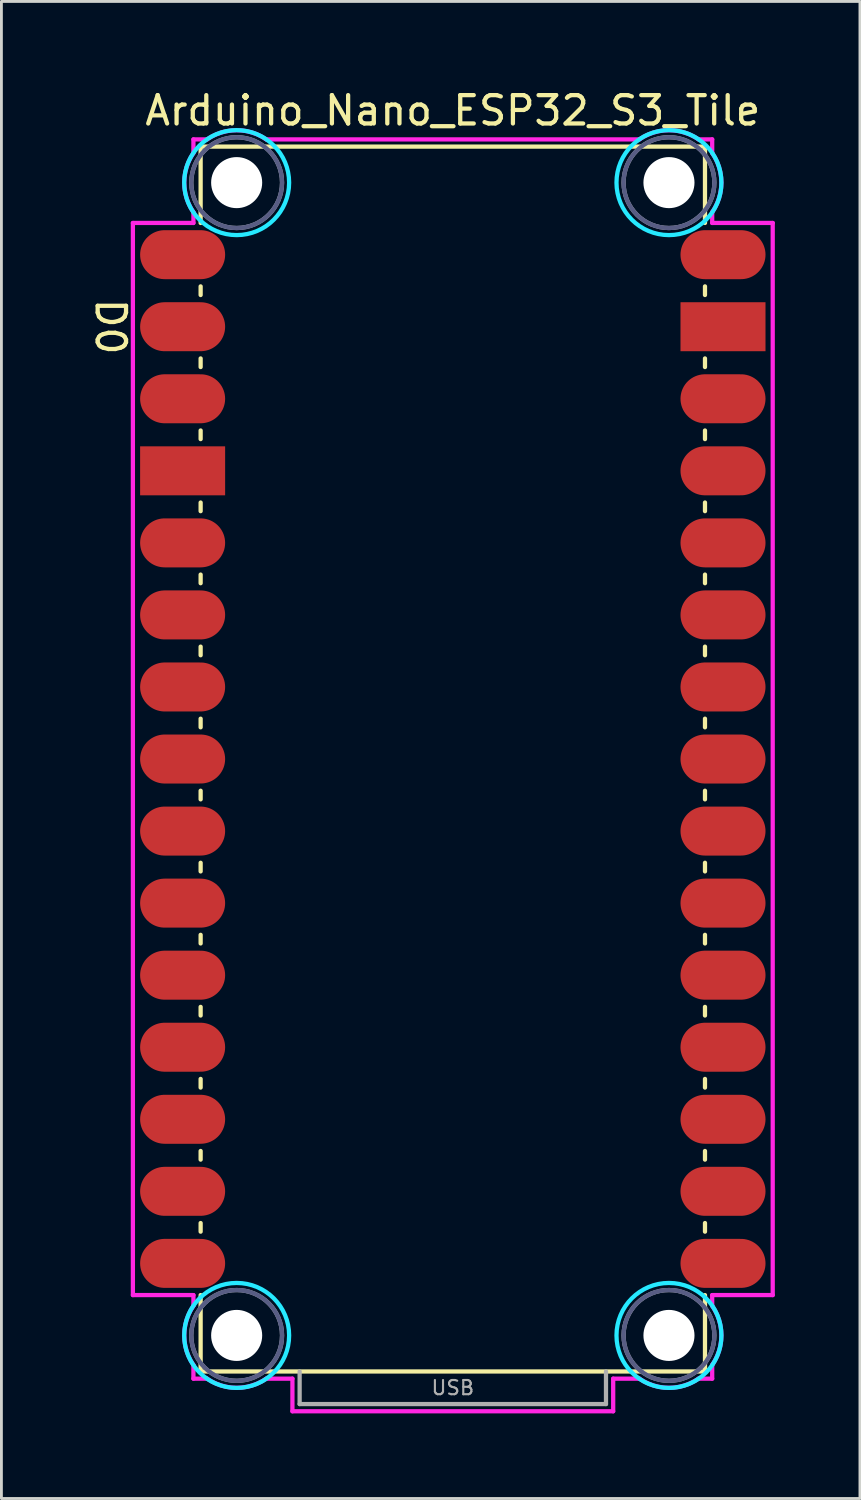
<source format=kicad_pcb>
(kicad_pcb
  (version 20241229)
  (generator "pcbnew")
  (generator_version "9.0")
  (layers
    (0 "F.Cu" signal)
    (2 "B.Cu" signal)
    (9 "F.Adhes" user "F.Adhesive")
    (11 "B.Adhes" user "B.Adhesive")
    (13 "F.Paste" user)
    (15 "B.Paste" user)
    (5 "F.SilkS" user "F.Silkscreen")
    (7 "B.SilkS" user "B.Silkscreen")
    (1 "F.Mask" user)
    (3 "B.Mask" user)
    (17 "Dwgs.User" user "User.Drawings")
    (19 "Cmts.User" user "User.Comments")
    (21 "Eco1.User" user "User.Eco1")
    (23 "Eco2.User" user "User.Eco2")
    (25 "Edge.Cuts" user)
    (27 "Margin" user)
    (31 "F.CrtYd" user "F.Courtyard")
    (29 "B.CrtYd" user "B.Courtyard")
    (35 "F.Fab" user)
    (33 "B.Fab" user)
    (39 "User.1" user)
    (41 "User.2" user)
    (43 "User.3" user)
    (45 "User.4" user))
  (footprint "Arduino_Nano_ESP32_S3_Tile"
    (layer "F.Cu")
    (at 12.913 45.298)
    (property "Reference" "Arduino_Nano_ESP32_S3_Tile" (at 0 -44.45 0) (layer "F.SilkS") (effects (font (size 1 1) (thickness 0.15))))
    (attr smd)
    (fp_line (start -8.89 -43.18) (end -8.89 -40.488) (stroke (width 0.15) (type solid)) (layer "F.SilkS"))
    (fp_line (start -8.89 -43.18) (end 8.89 -43.18) (stroke (width 0.15) (type solid)) (layer "F.SilkS"))
    (fp_line (start -8.89 -38.252) (end -8.89 -37.948) (stroke (width 0.15) (type solid)) (layer "F.SilkS"))
    (fp_line (start -8.89 -35.712) (end -8.89 -35.408) (stroke (width 0.15) (type solid)) (layer "F.SilkS"))
    (fp_line (start -8.89 -33.172) (end -8.89 -32.868) (stroke (width 0.15) (type solid)) (layer "F.SilkS"))
    (fp_line (start -8.89 -30.632) (end -8.89 -30.328) (stroke (width 0.15) (type solid)) (layer "F.SilkS"))
    (fp_line (start -8.89 -28.092) (end -8.89 -27.788) (stroke (width 0.15) (type solid)) (layer "F.SilkS"))
    (fp_line (start -8.89 -25.552) (end -8.89 -25.248) (stroke (width 0.15) (type solid)) (layer "F.SilkS"))
    (fp_line (start -8.89 -23.012) (end -8.89 -22.708) (stroke (width 0.15) (type solid)) (layer "F.SilkS"))
    (fp_line (start -8.89 -20.472) (end -8.89 -20.168) (stroke (width 0.15) (type solid)) (layer "F.SilkS"))
    (fp_line (start -8.89 -17.932) (end -8.89 -17.628) (stroke (width 0.15) (type solid)) (layer "F.SilkS"))
    (fp_line (start -8.89 -15.392) (end -8.89 -15.088) (stroke (width 0.15) (type solid)) (layer "F.SilkS"))
    (fp_line (start -8.89 -12.852) (end -8.89 -12.548) (stroke (width 0.15) (type solid)) (layer "F.SilkS"))
    (fp_line (start -8.89 -10.312) (end -8.89 -10.008) (stroke (width 0.15) (type solid)) (layer "F.SilkS"))
    (fp_line (start -8.89 -7.772) (end -8.89 -7.468) (stroke (width 0.15) (type solid)) (layer "F.SilkS"))
    (fp_line (start -8.89 -5.232) (end -8.89 -4.928) (stroke (width 0.15) (type solid)) (layer "F.SilkS"))
    (fp_line (start -8.89 -2.692) (end -8.89 0) (stroke (width 0.15) (type solid)) (layer "F.SilkS"))
    (fp_line (start -8.89 0) (end 8.89 0) (stroke (width 0.15) (type solid)) (layer "F.SilkS"))
    (fp_line (start 8.89 -43.18) (end 8.89 -40.488) (stroke (width 0.15) (type solid)) (layer "F.SilkS"))
    (fp_line (start 8.89 -38.252) (end 8.89 -37.948) (stroke (width 0.15) (type solid)) (layer "F.SilkS"))
    (fp_line (start 8.89 -35.712) (end 8.89 -35.408) (stroke (width 0.15) (type solid)) (layer "F.SilkS"))
    (fp_line (start 8.89 -33.172) (end 8.89 -32.868) (stroke (width 0.15) (type solid)) (layer "F.SilkS"))
    (fp_line (start 8.89 -30.632) (end 8.89 -30.328) (stroke (width 0.15) (type solid)) (layer "F.SilkS"))
    (fp_line (start 8.89 -28.092) (end 8.89 -27.788) (stroke (width 0.15) (type solid)) (layer "F.SilkS"))
    (fp_line (start 8.89 -25.552) (end 8.89 -25.248) (stroke (width 0.15) (type solid)) (layer "F.SilkS"))
    (fp_line (start 8.89 -23.012) (end 8.89 -22.708) (stroke (width 0.15) (type solid)) (layer "F.SilkS"))
    (fp_line (start 8.89 -20.472) (end 8.89 -20.168) (stroke (width 0.15) (type solid)) (layer "F.SilkS"))
    (fp_line (start 8.89 -17.932) (end 8.89 -17.628) (stroke (width 0.15) (type solid)) (layer "F.SilkS"))
    (fp_line (start 8.89 -15.392) (end 8.89 -15.088) (stroke (width 0.15) (type solid)) (layer "F.SilkS"))
    (fp_line (start 8.89 -12.852) (end 8.89 -12.548) (stroke (width 0.15) (type solid)) (layer "F.SilkS"))
    (fp_line (start 8.89 -10.312) (end 8.89 -10.008) (stroke (width 0.15) (type solid)) (layer "F.SilkS"))
    (fp_line (start 8.89 -7.772) (end 8.89 -7.468) (stroke (width 0.15) (type solid)) (layer "F.SilkS"))
    (fp_line (start 8.89 -5.232) (end 8.89 -4.928) (stroke (width 0.15) (type solid)) (layer "F.SilkS"))
    (fp_line (start 8.89 -2.692) (end 8.89 0) (stroke (width 0.15) (type solid)) (layer "F.SilkS"))
    (fp_circle (center -7.62 -41.91) (end -5.77 -41.91) (stroke (width 0.15) (type solid)) (fill no) (layer "B.CrtYd"))
    (fp_circle (center -7.62 -1.27) (end -5.77 -1.27) (stroke (width 0.15) (type solid)) (fill no) (layer "B.CrtYd"))
    (fp_circle (center 7.62 -41.91) (end 9.47 -41.91) (stroke (width 0.15) (type solid)) (fill no) (layer "B.CrtYd"))
    (fp_circle (center 7.62 -1.27) (end 9.47 -1.27) (stroke (width 0.15) (type solid)) (fill no) (layer "B.CrtYd"))
    (fp_line (start -11.278 -2.692) (end -11.278 -40.488) (stroke (width 0.15) (type solid)) (layer "F.CrtYd"))
    (fp_line (start -9.144 -43.434) (end -8.661 -43.434) (stroke (width 0.15) (type solid)) (layer "F.CrtYd"))
    (fp_line (start -9.144 -42.951) (end -9.144 -43.434) (stroke (width 0.15) (type solid)) (layer "F.CrtYd"))
    (fp_line (start -9.144 -40.869) (end -9.144 -40.488) (stroke (width 0.15) (type solid)) (layer "F.CrtYd"))
    (fp_line (start -9.144 -40.488) (end -11.278 -40.488) (stroke (width 0.15) (type solid)) (layer "F.CrtYd"))
    (fp_line (start -9.144 -2.692) (end -11.278 -2.692) (stroke (width 0.15) (type solid)) (layer "F.CrtYd"))
    (fp_line (start -9.144 -2.311) (end -9.144 -2.692) (stroke (width 0.15) (type solid)) (layer "F.CrtYd"))
    (fp_line (start -9.144 0.254) (end -9.144 -0.229) (stroke (width 0.15) (type solid)) (layer "F.CrtYd"))
    (fp_line (start -8.661 0.254) (end -9.144 0.254) (stroke (width 0.15) (type solid)) (layer "F.CrtYd"))
    (fp_line (start -6.579 -43.434) (end 6.579 -43.434) (stroke (width 0.15) (type solid)) (layer "F.CrtYd"))
    (fp_line (start -5.654 0.254) (end -6.579 0.254) (stroke (width 0.15) (type solid)) (layer "F.CrtYd"))
    (fp_line (start -5.654 1.404) (end -5.654 0.254) (stroke (width 0.15) (type solid)) (layer "F.CrtYd"))
    (fp_line (start 5.654 0.254) (end 5.654 1.404) (stroke (width 0.15) (type solid)) (layer "F.CrtYd"))
    (fp_line (start 5.654 1.404) (end -5.654 1.404) (stroke (width 0.15) (type solid)) (layer "F.CrtYd"))
    (fp_line (start 6.579 0.254) (end 5.654 0.254) (stroke (width 0.15) (type solid)) (layer "F.CrtYd"))
    (fp_line (start 8.661 -43.434) (end 9.144 -43.434) (stroke (width 0.15) (type solid)) (layer "F.CrtYd"))
    (fp_line (start 9.144 -43.434) (end 9.144 -42.951) (stroke (width 0.15) (type solid)) (layer "F.CrtYd"))
    (fp_line (start 9.144 -40.869) (end 9.144 -40.488) (stroke (width 0.15) (type solid)) (layer "F.CrtYd"))
    (fp_line (start 9.144 -2.692) (end 9.144 -2.311) (stroke (width 0.15) (type solid)) (layer "F.CrtYd"))
    (fp_line (start 9.144 -0.229) (end 9.144 0.254) (stroke (width 0.15) (type solid)) (layer "F.CrtYd"))
    (fp_line (start 9.144 0.254) (end 8.661 0.254) (stroke (width 0.15) (type solid)) (layer "F.CrtYd"))
    (fp_line (start 11.278 -40.488) (end 9.144 -40.488) (stroke (width 0.15) (type solid)) (layer "F.CrtYd"))
    (fp_line (start 11.278 -40.488) (end 11.278 -2.692) (stroke (width 0.15) (type solid)) (layer "F.CrtYd"))
    (fp_line (start 11.278 -2.692) (end 9.144 -2.692) (stroke (width 0.15) (type solid)) (layer "F.CrtYd"))
    (fp_arc (start -9.144 -40.8686) (mid -9.467363 -41.91) (end -9.144 -42.9514) (stroke (width 0.15) (type solid)) (layer "F.CrtYd"))
    (fp_arc (start -9.144 -0.2286) (mid -9.467363 -1.27) (end -9.144 -2.3114) (stroke (width 0.15) (type solid)) (layer "F.CrtYd"))
    (fp_arc (start -8.6614 -43.434) (mid -7.62 -43.757363) (end -6.5786 -43.434) (stroke (width 0.15) (type solid)) (layer "F.CrtYd"))
    (fp_arc (start -6.5786 0.254) (mid -7.62 0.577363) (end -8.6614 0.254) (stroke (width 0.15) (type solid)) (layer "F.CrtYd"))
    (fp_arc (start 6.5786 -43.434) (mid 7.62 -43.757363) (end 8.6614 -43.434) (stroke (width 0.15) (type solid)) (layer "F.CrtYd"))
    (fp_arc (start 8.6614 0.254) (mid 7.62 0.577363) (end 6.5786 0.254) (stroke (width 0.15) (type solid)) (layer "F.CrtYd"))
    (fp_arc (start 9.144 -42.9514) (mid 9.467363 -41.91) (end 9.144 -40.8686) (stroke (width 0.15) (type solid)) (layer "F.CrtYd"))
    (fp_arc (start 9.144 -2.3114) (mid 9.467363 -1.27) (end 9.144 -0.2286) (stroke (width 0.15) (type solid)) (layer "F.CrtYd"))
    (fp_circle (center -7.62 -41.91) (end -6.02 -41.91) (stroke (width 0.15) (type solid)) (fill no) (layer "B.Fab"))
    (fp_circle (center -7.62 -1.27) (end -6.02 -1.27) (stroke (width 0.15) (type solid)) (fill no) (layer "B.Fab"))
    (fp_circle (center 7.62 -41.91) (end 9.22 -41.91) (stroke (width 0.15) (type solid)) (fill no) (layer "B.Fab"))
    (fp_circle (center 7.62 -1.27) (end 9.22 -1.27) (stroke (width 0.15) (type solid)) (fill no) (layer "B.Fab"))
    (fp_line (start -5.4 0) (end -5.4 1.15) (stroke (width 0.15) (type solid)) (layer "F.Fab"))
    (fp_line (start -5.4 1.15) (end 5.4 1.15) (stroke (width 0.15) (type solid)) (layer "F.Fab"))
    (fp_line (start 5.4 1.15) (end 5.4 0) (stroke (width 0.15) (type solid)) (layer "F.Fab"))
    (fp_circle (center -7.62 -41.91) (end -6.02 -41.91) (stroke (width 0.15) (type solid)) (fill no) (layer "F.Fab"))
    (fp_circle (center -7.62 -1.27) (end -6.02 -1.27) (stroke (width 0.15) (type solid)) (fill no) (layer "F.Fab"))
    (fp_circle (center 7.62 -41.91) (end 9.22 -41.91) (stroke (width 0.15) (type solid)) (fill no) (layer "F.Fab"))
    (fp_circle (center 7.62 -1.27) (end 9.22 -1.27) (stroke (width 0.15) (type solid)) (fill no) (layer "F.Fab"))
    (fp_text user "D0" (at -12.065 -36.83 270) (unlocked yes) (layer "F.SilkS") (effects (font (size 1 1) (thickness 0.15))))
    (fp_text user "USB" (at 0 0.575 0) (layer "F.Fab") (effects (font (size 0.5 0.5) (thickness 0.075))))
    (pad "" np_thru_hole circle (at -7.62 -41.91) (size 1.8 1.8) (drill 1.8) (layers "*.Cu" "*.Mask"))
    (pad "" np_thru_hole circle (at -7.62 -1.27) (size 1.8 1.8) (drill 1.8) (layers "*.Cu" "*.Mask"))
    (pad "" np_thru_hole circle (at 7.62 -41.91) (size 1.8 1.8) (drill 1.8) (layers "*.Cu" "*.Mask"))
    (pad "" np_thru_hole circle (at 7.62 -1.27) (size 1.8 1.8) (drill 1.8) (layers "*.Cu" "*.Mask"))
    (pad "3V3" smd oval (at 9.525 -6.35) (size 2.997 1.727) (layers "F.Cu" "F.Mask" "F.Paste"))
    (pad "A0" smd oval (at 9.525 -11.43) (size 2.997 1.727) (layers "F.Cu" "F.Mask" "F.Paste"))
    (pad "A1" smd oval (at 9.525 -13.97) (size 2.997 1.727) (layers "F.Cu" "F.Mask" "F.Paste"))
    (pad "A2" smd oval (at 9.525 -16.51) (size 2.997 1.727) (layers "F.Cu" "F.Mask" "F.Paste"))
    (pad "A3" smd oval (at 9.525 -19.05) (size 2.997 1.727) (layers "F.Cu" "F.Mask" "F.Paste"))
    (pad "A4" smd oval (at 9.525 -21.59) (size 2.997 1.727) (layers "F.Cu" "F.Mask" "F.Paste"))
    (pad "A5" smd oval (at 9.525 -24.13) (size 2.997 1.727) (layers "F.Cu" "F.Mask" "F.Paste"))
    (pad "A6" smd oval (at 9.525 -26.67) (size 2.997 1.727) (layers "F.Cu" "F.Mask" "F.Paste"))
    (pad "A7" smd oval (at 9.525 -29.21) (size 2.997 1.727) (layers "F.Cu" "F.Mask" "F.Paste"))
    (pad "B0" smd oval (at 9.525 -8.89) (size 2.997 1.727) (layers "F.Cu" "F.Mask" "F.Paste"))
    (pad "B1" smd oval (at 9.525 -34.29) (size 2.997 1.727) (layers "F.Cu" "F.Mask" "F.Paste"))
    (pad "D0" smd oval (at -9.525 -36.83) (size 2.997 1.727) (layers "F.Cu" "F.Mask" "F.Paste"))
    (pad "D1" smd oval (at -9.525 -39.37) (size 2.997 1.727) (layers "F.Cu" "F.Mask" "F.Paste"))
    (pad "D2" smd oval (at -9.525 -29.21) (size 2.997 1.727) (layers "F.Cu" "F.Mask" "F.Paste"))
    (pad "D3" smd oval (at -9.525 -26.67) (size 2.997 1.727) (layers "F.Cu" "F.Mask" "F.Paste"))
    (pad "D4" smd oval (at -9.525 -24.13) (size 2.997 1.727) (layers "F.Cu" "F.Mask" "F.Paste"))
    (pad "D5" smd oval (at -9.525 -21.59) (size 2.997 1.727) (layers "F.Cu" "F.Mask" "F.Paste"))
    (pad "D6" smd oval (at -9.525 -19.05) (size 2.997 1.727) (layers "F.Cu" "F.Mask" "F.Paste"))
    (pad "D7" smd oval (at -9.525 -16.51) (size 2.997 1.727) (layers "F.Cu" "F.Mask" "F.Paste"))
    (pad "D8" smd oval (at -9.525 -13.97) (size 2.997 1.727) (layers "F.Cu" "F.Mask" "F.Paste"))
    (pad "D9" smd oval (at -9.525 -11.43) (size 2.997 1.727) (layers "F.Cu" "F.Mask" "F.Paste"))
    (pad "D10" smd oval (at -9.525 -8.89) (size 2.997 1.727) (layers "F.Cu" "F.Mask" "F.Paste"))
    (pad "D11" smd oval (at -9.525 -6.35) (size 2.997 1.727) (layers "F.Cu" "F.Mask" "F.Paste"))
    (pad "D12" smd oval (at -9.525 -3.81) (size 2.997 1.727) (layers "F.Cu" "F.Mask" "F.Paste"))
    (pad "D13" smd oval (at 9.525 -3.81) (size 2.997 1.727) (layers "F.Cu" "F.Mask" "F.Paste"))
    (pad "GND1" smd rect (at -9.525 -31.75) (size 2.997 1.727) (layers "F.Cu" "F.Mask" "F.Paste"))
    (pad "GND2" smd rect (at 9.525 -36.83) (size 2.997 1.727) (layers "F.Cu" "F.Mask" "F.Paste"))
    (pad "RST" smd oval (at -9.525 -34.29) (size 2.997 1.727) (layers "F.Cu" "F.Mask" "F.Paste"))
    (pad "VBUS" smd oval (at 9.525 -31.75) (size 2.997 1.727) (layers "F.Cu" "F.Mask" "F.Paste"))
    (pad "VIN" smd oval (at 9.525 -39.37) (size 2.997 1.727) (layers "F.Cu" "F.Mask" "F.Paste")))
  (gr_rect
    (start -3 -3)
    (end 27.266 49.777)
    (stroke (width 0.1) (type default))
    (fill no)
    (layer "Edge.Cuts")))
</source>
